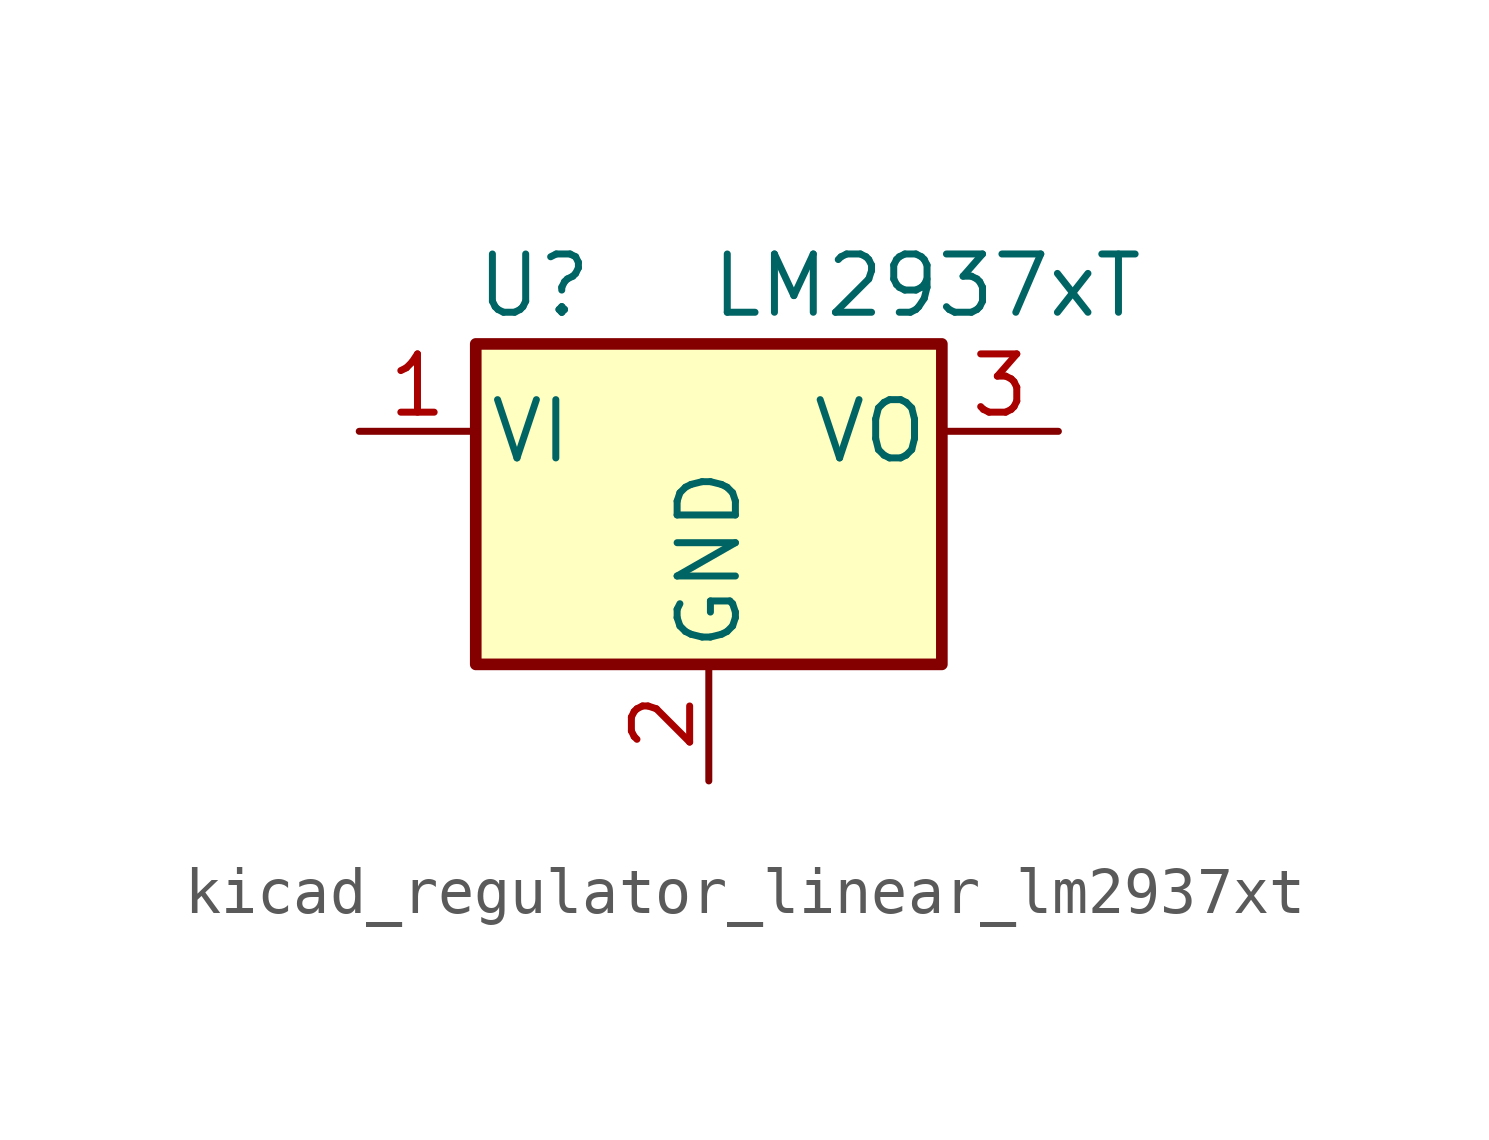
<source format=kicad_sym>
(kicad_symbol_lib
  (version 20220914)
  (generator kicad_symbol_editor)
  (symbol "kicad_regulator_linear_lm2937xt"
    (pin_names
      (offset 0.254))
    (property "Reference" "U"
      (at -3.81 3.175 0)
      (effects (font (size 1.27 1.27))))
    (property "Value" "LM2937xT"
      (at 0 3.175 0)
      (effects (font (size 1.27 1.27)) (justify left)))
    (symbol "kicad_regulator_linear_lm2937xt_0_1"
      (rectangle (start -5.08 1.905) (end 5.08 -5.08) (stroke (width 0.254) (type default)) (fill (type background))))
    (symbol "kicad_regulator_linear_lm2937xt_1_1"
      (pin power_in line (at -7.62 0 0) (length 2.54) (name "VI" (effects (font (size 1.27 1.27)))) (number "1" (effects (font (size 1.27 1.27)))))
      (pin power_in line (at 0 -7.62 90) (length 2.54) (name "GND" (effects (font (size 1.27 1.27)))) (number "2" (effects (font (size 1.27 1.27)))))
      (pin power_out line (at 7.62 0 180) (length 2.54) (name "VO" (effects (font (size 1.27 1.27)))) (number "3" (effects (font (size 1.27 1.27))))))))
</source>
